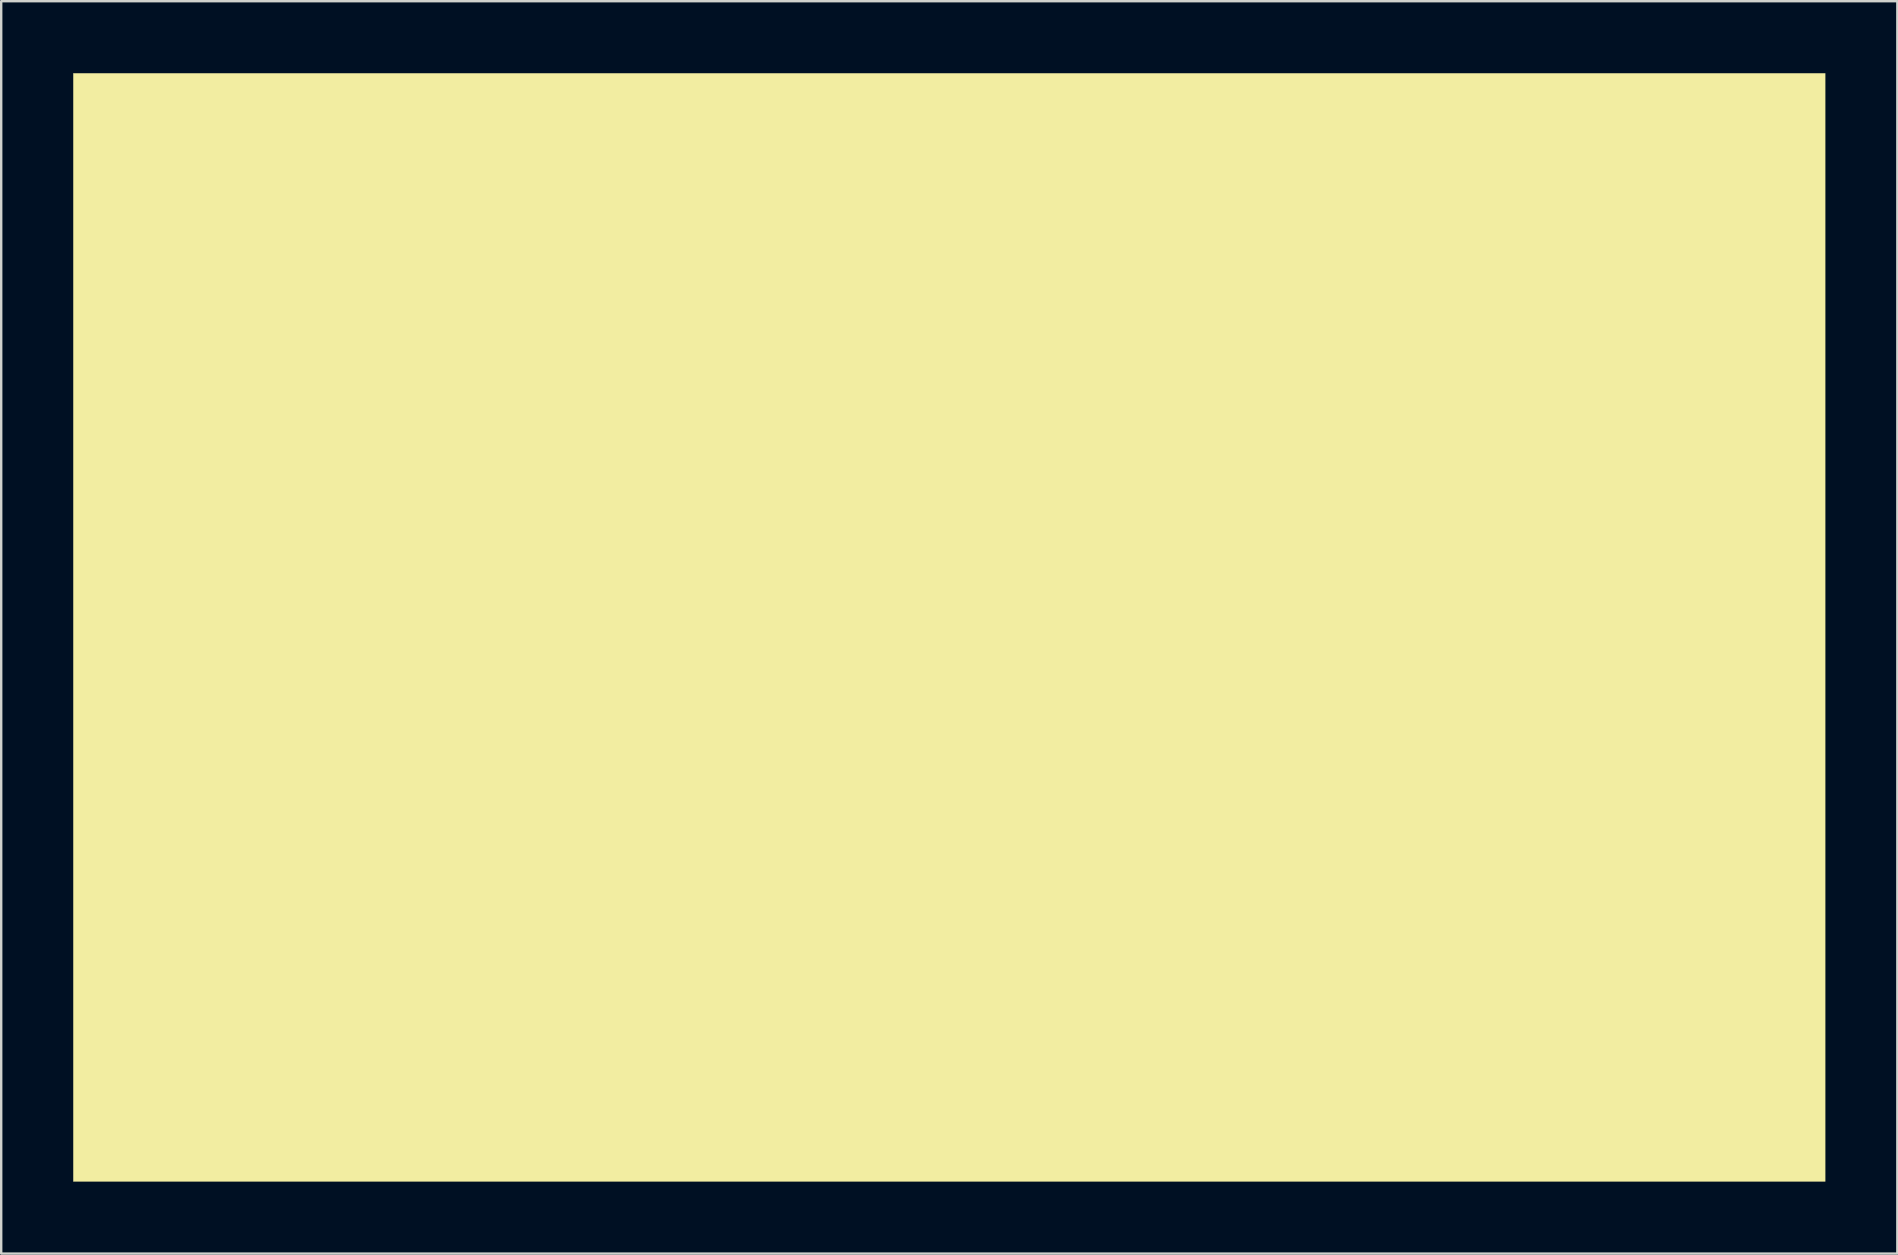
<source format=kicad_pcb>
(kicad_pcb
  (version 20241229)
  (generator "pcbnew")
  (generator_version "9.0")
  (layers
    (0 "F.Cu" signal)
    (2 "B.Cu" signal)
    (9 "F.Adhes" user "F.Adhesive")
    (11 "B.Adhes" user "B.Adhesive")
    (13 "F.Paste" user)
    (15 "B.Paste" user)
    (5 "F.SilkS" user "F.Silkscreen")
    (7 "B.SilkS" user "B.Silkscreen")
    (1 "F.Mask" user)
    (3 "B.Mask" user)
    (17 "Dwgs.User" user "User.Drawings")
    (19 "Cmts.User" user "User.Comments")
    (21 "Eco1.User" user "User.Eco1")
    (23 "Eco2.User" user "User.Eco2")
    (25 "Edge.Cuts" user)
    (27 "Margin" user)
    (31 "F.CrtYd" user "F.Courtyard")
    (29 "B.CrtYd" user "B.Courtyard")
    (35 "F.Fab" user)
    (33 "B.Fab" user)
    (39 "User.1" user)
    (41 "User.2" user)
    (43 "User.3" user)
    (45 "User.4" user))
  (footprint "Unagi_FCu"
    (layer "F.Cu")
    (at 36.496 23.077)
    (property "Reference" "Unagi_FCu" (at 0 0 0) (layer "F.SilkS") (effects (font (size 1.524 1.524) (thickness 0.3))))
    (attr through_hole)
    (fp_poly (pts (xy 36.491 23.093) (xy -36.491 23.093) (xy -36.491 -23.072) (xy 36.491 -23.072) (xy 36.491 23.093)) (stroke (width 0.01) (type solid)) (fill yes) (layer "F.SilkS")))
  (gr_rect
    (start -3 -3)
    (end 75.993 49.175)
    (stroke (width 0.1) (type default))
    (fill no)
    (layer "Edge.Cuts")))
</source>
